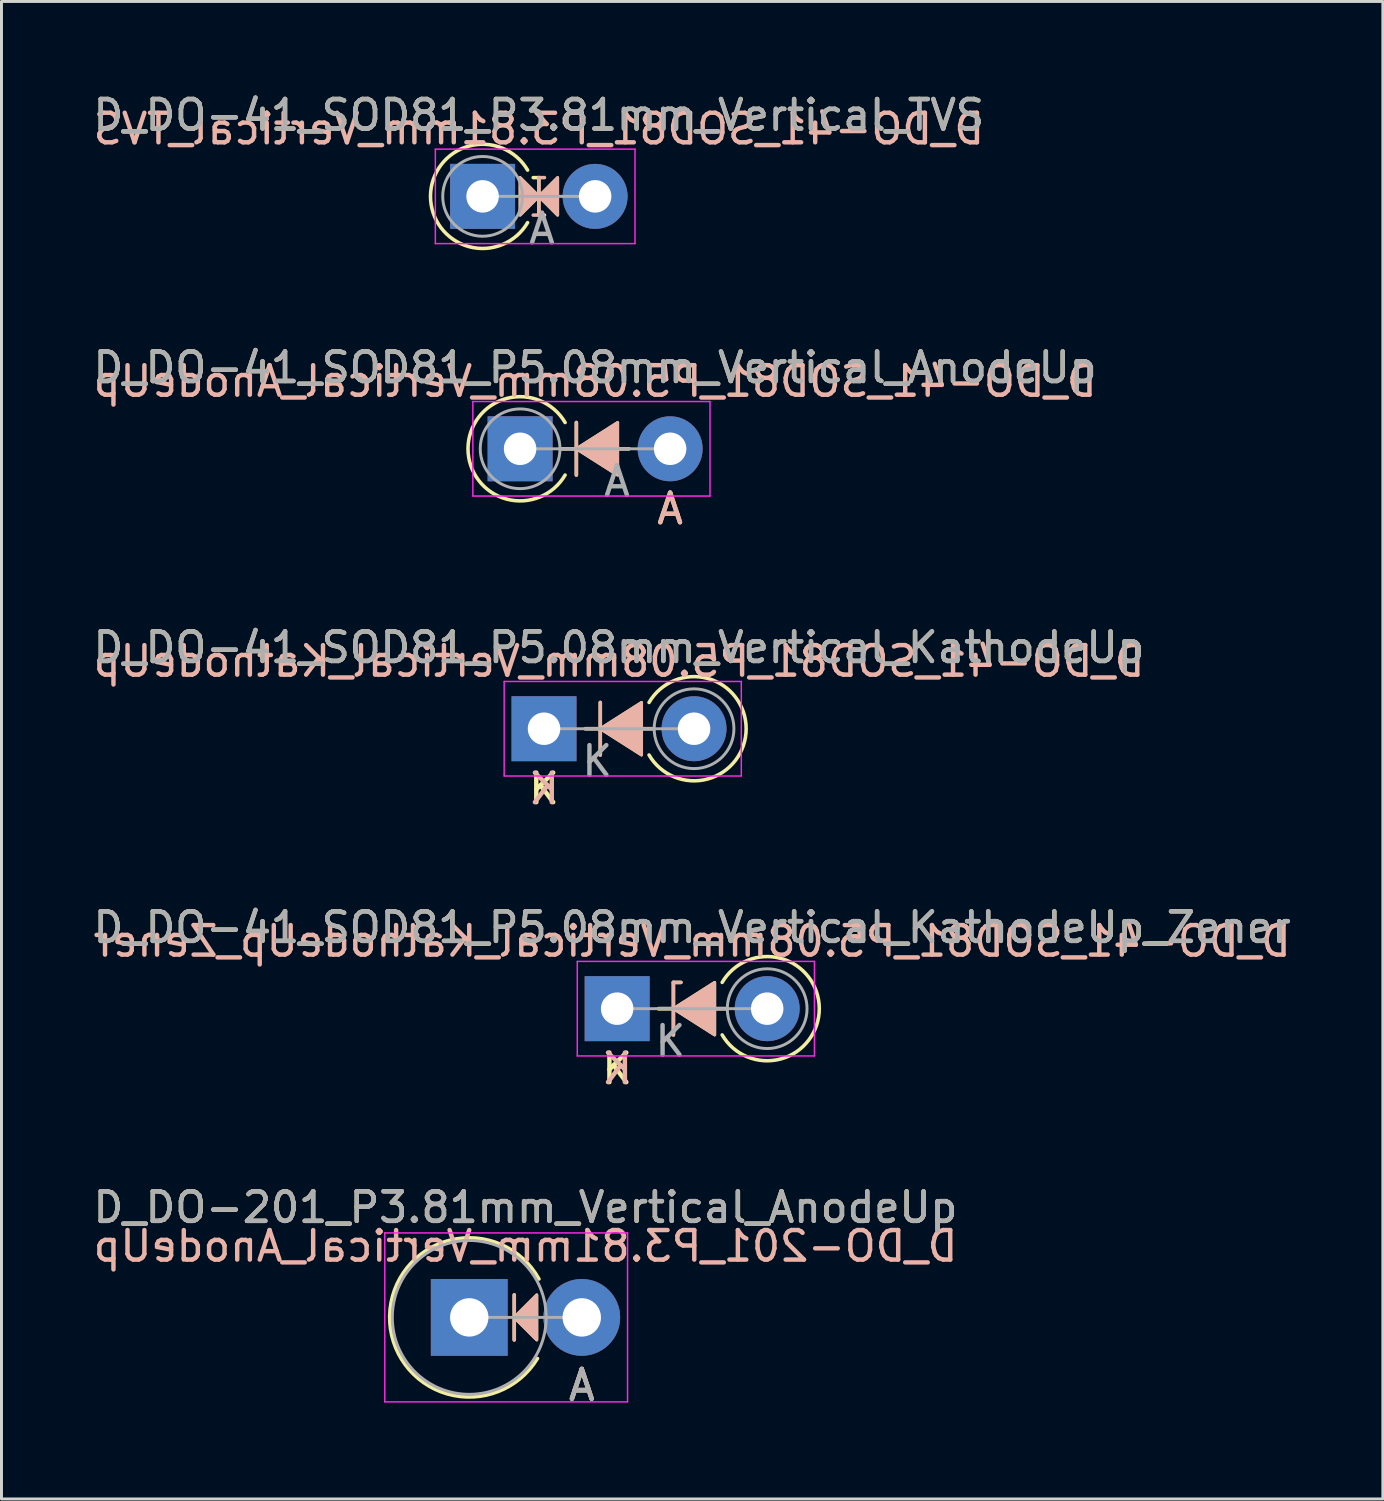
<source format=kicad_pcb>
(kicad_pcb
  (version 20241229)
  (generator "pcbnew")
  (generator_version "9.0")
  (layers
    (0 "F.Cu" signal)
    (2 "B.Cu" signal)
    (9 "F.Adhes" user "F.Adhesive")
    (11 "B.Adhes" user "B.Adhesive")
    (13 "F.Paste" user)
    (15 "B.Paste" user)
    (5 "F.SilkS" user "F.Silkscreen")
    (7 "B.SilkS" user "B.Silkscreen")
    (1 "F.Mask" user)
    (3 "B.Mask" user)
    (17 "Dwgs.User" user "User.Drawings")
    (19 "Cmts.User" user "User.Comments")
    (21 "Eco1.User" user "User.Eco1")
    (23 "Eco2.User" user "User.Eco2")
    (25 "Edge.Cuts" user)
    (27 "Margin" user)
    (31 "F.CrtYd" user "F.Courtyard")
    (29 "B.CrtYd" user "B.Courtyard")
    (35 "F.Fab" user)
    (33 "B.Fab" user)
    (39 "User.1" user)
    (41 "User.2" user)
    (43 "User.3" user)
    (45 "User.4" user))
  (footprint "D_DO-41_SOD81_P3.81mm_Vertical_TVS"
    (layer "F.Cu")
    (at 13.291 3.599)
    (property "Reference" "D_DO-41_SOD81_P3.81mm_Vertical_TVS" (at 1.905 -2.751 0) (layer "F.SilkS") (effects (font (size 1 1) (thickness 0.15))))
    (fp_line (start 1.714 -0.635) (end 1.905 -0.635) (stroke (width 0.12) (type solid)) (layer "F.SilkS"))
    (fp_line (start 1.905 -0.635) (end 1.905 0.635) (stroke (width 0.12) (type solid)) (layer "F.SilkS"))
    (fp_line (start 1.905 0.635) (end 2.095 0.635) (stroke (width 0.12) (type solid)) (layer "F.SilkS"))
    (fp_arc (start 1.523999 0.889) (mid -1.76434 0) (end 1.523999 -0.888999) (stroke (width 0.12) (type solid)) (layer "F.SilkS"))
    (fp_poly (pts (xy 1.27 -0.635) (xy 1.905 0) (xy 1.27 0.635)) (stroke (width 0.1) (type solid)) (fill yes) (layer "F.SilkS"))
    (fp_poly (pts (xy 2.54 0.635) (xy 1.905 0) (xy 2.54 -0.635)) (stroke (width 0.1) (type solid)) (fill yes) (layer "F.SilkS"))
    (fp_line (start 1.714 0.635) (end 1.905 0.635) (stroke (width 0.12) (type solid)) (layer "B.SilkS"))
    (fp_line (start 1.905 -0.635) (end 2.095 -0.635) (stroke (width 0.12) (type solid)) (layer "B.SilkS"))
    (fp_line (start 1.905 0.635) (end 1.905 -0.635) (stroke (width 0.12) (type solid)) (layer "B.SilkS"))
    (fp_poly (pts (xy 1.27 0.635) (xy 1.905 0) (xy 1.27 -0.635)) (stroke (width 0.1) (type solid)) (fill yes) (layer "B.SilkS"))
    (fp_poly (pts (xy 2.54 -0.635) (xy 1.905 0) (xy 2.54 0.635)) (stroke (width 0.1) (type solid)) (fill yes) (layer "B.SilkS"))
    (fp_line (start -1.6 -1.6) (end -1.6 1.6) (stroke (width 0.05) (type solid)) (layer "F.CrtYd"))
    (fp_line (start -1.6 1.6) (end 5.16 1.6) (stroke (width 0.05) (type solid)) (layer "F.CrtYd"))
    (fp_line (start 5.16 -1.6) (end -1.6 -1.6) (stroke (width 0.05) (type solid)) (layer "F.CrtYd"))
    (fp_line (start 5.16 1.6) (end 5.16 -1.6) (stroke (width 0.05) (type solid)) (layer "F.CrtYd"))
    (fp_line (start 0 0) (end 3.81 0) (stroke (width 0.1) (type solid)) (layer "F.Fab"))
    (fp_circle (center 0 0) (end 1.35 0) (stroke (width 0.1) (type solid)) (fill no) (layer "F.Fab"))
    (fp_text user "${REFERENCE}" (at 1.905 -2.286 0) (layer "B.SilkS") (effects (font (size 1 1) (thickness 0.15)) (justify mirror)))
    (fp_text user "${REFERENCE}" (at 1.905 -2.751 0) (layer "F.Fab") (effects (font (size 1 1) (thickness 0.15))))
    (fp_text user "A" (at 2.01 1.1 0) (layer "F.Fab") (effects (font (size 1 1) (thickness 0.15))))
    (pad "1" thru_hole rect (at 0 0) (size 2.2 2.2) (drill 1.1) (layers "*.Cu" "*.Mask"))
    (pad "2" thru_hole oval (at 3.81 0) (size 2.2 2.2) (drill 1.1) (layers "*.Cu" "*.Mask")))
  (footprint "D_DO-201_P3.81mm_Vertical_AnodeUp"
    (layer "F.Cu")
    (at 12.839 41.558)
    (property "Reference" "D_DO-201_P3.81mm_Vertical_AnodeUp" (at 1.905 -3.725 0) (layer "F.SilkS") (effects (font (size 1 1) (thickness 0.15))))
    (fp_line (start 1.524 -0.762) (end 1.524 0.762) (stroke (width 0.12) (type solid)) (layer "F.SilkS"))
    (fp_arc (start 2.30942 1.390181) (mid -2.695054 -0.052035) (end 2.361361 -1.3) (stroke (width 0.12) (type solid)) (layer "F.SilkS"))
    (fp_poly (pts (xy 2.286 0.762) (xy 1.524 0) (xy 2.286 -0.762)) (stroke (width 0.1) (type solid)) (fill yes) (layer "F.SilkS"))
    (fp_line (start 1.524 0.762) (end 1.524 -0.762) (stroke (width 0.12) (type solid)) (layer "B.SilkS"))
    (fp_poly (pts (xy 2.286 -0.762) (xy 1.524 0) (xy 2.286 0.762)) (stroke (width 0.1) (type solid)) (fill yes) (layer "B.SilkS"))
    (fp_line (start -2.86 -2.86) (end -2.86 2.86) (stroke (width 0.05) (type solid)) (layer "F.CrtYd"))
    (fp_line (start -2.86 2.86) (end 5.36 2.86) (stroke (width 0.05) (type solid)) (layer "F.CrtYd"))
    (fp_line (start 5.36 -2.86) (end -2.86 -2.86) (stroke (width 0.05) (type solid)) (layer "F.CrtYd"))
    (fp_line (start 5.36 2.86) (end 5.36 -2.86) (stroke (width 0.05) (type solid)) (layer "F.CrtYd"))
    (fp_line (start 0 0) (end 3.81 0) (stroke (width 0.1) (type solid)) (layer "F.Fab"))
    (fp_circle (center 0 0) (end 2.605 0) (stroke (width 0.1) (type solid)) (fill no) (layer "F.Fab"))
    (fp_text user "A" (at 3.81 2.3 0) (layer "F.SilkS") (effects (font (size 1 1) (thickness 0.15))))
    (fp_text user "${REFERENCE}" (at 1.905 -2.413 0) (layer "B.SilkS") (effects (font (size 1 1) (thickness 0.15)) (justify mirror)))
    (fp_text user "A" (at 3.81 2.286 0) (layer "B.SilkS") (effects (font (size 1 1) (thickness 0.15)) (justify mirror)))
    (fp_text user "A" (at 3.81 2.3 0) (layer "F.Fab") (effects (font (size 1 1) (thickness 0.15))))
    (fp_text user "${REFERENCE}" (at 1.905 -3.725 0) (layer "F.Fab") (effects (font (size 1 1) (thickness 0.15))))
    (pad "1" thru_hole rect (at 0 0) (size 2.6 2.6) (drill 1.3) (layers "*.Cu" "*.Mask"))
    (pad "2" thru_hole oval (at 3.81 0) (size 2.6 2.6) (drill 1.3) (layers "*.Cu" "*.Mask")))
  (footprint "D_DO-41_SOD81_P5.08mm_Vertical_KathodeUp_Zener"
    (layer "F.Cu")
    (at 17.847 31.104)
    (property "Reference" "D_DO-41_SOD81_P5.08mm_Vertical_KathodeUp_Zener" (at 2.54 -2.751 0) (layer "F.SilkS") (effects (font (size 1 1) (thickness 0.15))))
    (fp_line (start 1.905 -0.889) (end 1.905 0.889) (stroke (width 0.12) (type solid)) (layer "F.SilkS"))
    (fp_line (start 1.905 -0.889) (end 2.159 -0.889) (stroke (width 0.12) (type solid)) (layer "F.SilkS"))
    (fp_line (start 3.683 0) (end 1.397 0) (stroke (width 0.12) (type solid)) (layer "F.SilkS"))
    (fp_arc (start 3.556 -0.888999) (mid 6.844339 0.000001) (end 3.556 0.889) (stroke (width 0.12) (type solid)) (layer "F.SilkS"))
    (fp_poly (pts (xy 3.302 0.889) (xy 1.905 0) (xy 3.302 -0.889)) (stroke (width 0.1) (type solid)) (fill yes) (layer "F.SilkS"))
    (fp_line (start 1.905 -0.889) (end 2.159 -0.889) (stroke (width 0.12) (type solid)) (layer "B.SilkS"))
    (fp_line (start 1.905 0.889) (end 1.905 -0.889) (stroke (width 0.12) (type solid)) (layer "B.SilkS"))
    (fp_line (start 3.683 0) (end 1.397 0) (stroke (width 0.12) (type solid)) (layer "B.SilkS"))
    (fp_poly (pts (xy 3.302 -0.889) (xy 1.905 0) (xy 3.302 0.889)) (stroke (width 0.1) (type solid)) (fill yes) (layer "B.SilkS"))
    (fp_line (start -1.35 -1.6) (end -1.35 1.6) (stroke (width 0.05) (type solid)) (layer "F.CrtYd"))
    (fp_line (start -1.35 1.6) (end 6.68 1.6) (stroke (width 0.05) (type solid)) (layer "F.CrtYd"))
    (fp_line (start 6.68 -1.6) (end -1.35 -1.6) (stroke (width 0.05) (type solid)) (layer "F.CrtYd"))
    (fp_line (start 6.68 1.6) (end 6.68 -1.6) (stroke (width 0.05) (type solid)) (layer "F.CrtYd"))
    (fp_line (start 0 0) (end 5.08 0) (stroke (width 0.1) (type solid)) (layer "F.Fab"))
    (fp_circle (center 5.08 0) (end 6.43 0) (stroke (width 0.1) (type solid)) (fill no) (layer "F.Fab"))
    (fp_text user "K" (at 0 2.032 0) (layer "F.SilkS") (effects (font (size 1 1) (thickness 0.15))))
    (fp_text user "${REFERENCE}" (at 2.54 -2.286 0) (layer "B.SilkS") (effects (font (size 1 1) (thickness 0.15)) (justify mirror)))
    (fp_text user "K" (at 0 2.032 0) (layer "B.SilkS") (effects (font (size 1 1) (thickness 0.15)) (justify mirror)))
    (fp_text user "K" (at 1.8 1.1 0) (layer "F.Fab") (effects (font (size 1 1) (thickness 0.15))))
    (fp_text user "${REFERENCE}" (at 2.54 -2.751 0) (layer "F.Fab") (effects (font (size 1 1) (thickness 0.15))))
    (pad "1" thru_hole rect (at 0 0) (size 2.2 2.2) (drill 1.1) (layers "*.Cu" "*.Mask"))
    (pad "2" thru_hole oval (at 5.08 0) (size 2.2 2.2) (drill 1.1) (layers "*.Cu" "*.Mask")))
  (footprint "D_DO-41_SOD81_P5.08mm_Vertical_KathodeUp"
    (layer "F.Cu")
    (at 15.371 21.625)
    (property "Reference" "D_DO-41_SOD81_P5.08mm_Vertical_KathodeUp" (at 2.54 -2.751 0) (layer "F.SilkS") (effects (font (size 1 1) (thickness 0.15))))
    (fp_line (start 1.905 -0.889) (end 1.905 0.889) (stroke (width 0.12) (type solid)) (layer "F.SilkS"))
    (fp_line (start 3.683 0) (end 1.397 0) (stroke (width 0.12) (type solid)) (layer "F.SilkS"))
    (fp_arc (start 3.556 -0.888999) (mid 6.844339 0.000001) (end 3.556 0.889) (stroke (width 0.12) (type solid)) (layer "F.SilkS"))
    (fp_poly (pts (xy 3.302 0.889) (xy 1.905 0) (xy 3.302 -0.889)) (stroke (width 0.1) (type solid)) (fill yes) (layer "F.SilkS"))
    (fp_line (start 1.905 0.889) (end 1.905 -0.889) (stroke (width 0.12) (type solid)) (layer "B.SilkS"))
    (fp_line (start 3.683 0) (end 1.397 0) (stroke (width 0.12) (type solid)) (layer "B.SilkS"))
    (fp_poly (pts (xy 3.302 -0.889) (xy 1.905 0) (xy 3.302 0.889)) (stroke (width 0.1) (type solid)) (fill yes) (layer "B.SilkS"))
    (fp_line (start -1.35 -1.6) (end -1.35 1.6) (stroke (width 0.05) (type solid)) (layer "F.CrtYd"))
    (fp_line (start -1.35 1.6) (end 6.68 1.6) (stroke (width 0.05) (type solid)) (layer "F.CrtYd"))
    (fp_line (start 6.68 -1.6) (end -1.35 -1.6) (stroke (width 0.05) (type solid)) (layer "F.CrtYd"))
    (fp_line (start 6.68 1.6) (end 6.68 -1.6) (stroke (width 0.05) (type solid)) (layer "F.CrtYd"))
    (fp_line (start 0 0) (end 5.08 0) (stroke (width 0.1) (type solid)) (layer "F.Fab"))
    (fp_circle (center 5.08 0) (end 6.43 0) (stroke (width 0.1) (type solid)) (fill no) (layer "F.Fab"))
    (fp_text user "K" (at 0 2.032 0) (layer "F.SilkS") (effects (font (size 1 1) (thickness 0.15))))
    (fp_text user "${REFERENCE}" (at 2.54 -2.286 0) (layer "B.SilkS") (effects (font (size 1 1) (thickness 0.15)) (justify mirror)))
    (fp_text user "K" (at 0 2.032 0) (layer "B.SilkS") (effects (font (size 1 1) (thickness 0.15)) (justify mirror)))
    (fp_text user "K" (at 1.8 1.1 0) (layer "F.Fab") (effects (font (size 1 1) (thickness 0.15))))
    (fp_text user "${REFERENCE}" (at 2.54 -2.751 0) (layer "F.Fab") (effects (font (size 1 1) (thickness 0.15))))
    (pad "1" thru_hole rect (at 0 0) (size 2.2 2.2) (drill 1.1) (layers "*.Cu" "*.Mask"))
    (pad "2" thru_hole oval (at 5.08 0) (size 2.2 2.2) (drill 1.1) (layers "*.Cu" "*.Mask")))
  (footprint "D_DO-41_SOD81_P5.08mm_Vertical_AnodeUp"
    (layer "F.Cu")
    (at 14.561 12.146)
    (property "Reference" "D_DO-41_SOD81_P5.08mm_Vertical_AnodeUp" (at 2.54 -2.751 0) (layer "F.SilkS") (effects (font (size 1 1) (thickness 0.15))))
    (fp_line (start 1.905 -0.889) (end 1.905 0.889) (stroke (width 0.12) (type solid)) (layer "F.SilkS"))
    (fp_line (start 3.683 0) (end 1.397 0) (stroke (width 0.12) (type solid)) (layer "F.SilkS"))
    (fp_arc (start 1.523999 0.889) (mid -1.76434 0) (end 1.523999 -0.888999) (stroke (width 0.12) (type solid)) (layer "F.SilkS"))
    (fp_poly (pts (xy 3.302 0.889) (xy 1.905 0) (xy 3.302 -0.889)) (stroke (width 0.1) (type solid)) (fill yes) (layer "F.SilkS"))
    (fp_line (start 1.905 0.889) (end 1.905 -0.889) (stroke (width 0.12) (type solid)) (layer "B.SilkS"))
    (fp_line (start 3.683 0) (end 1.397 0) (stroke (width 0.12) (type solid)) (layer "B.SilkS"))
    (fp_poly (pts (xy 3.302 -0.889) (xy 1.905 0) (xy 3.302 0.889)) (stroke (width 0.1) (type solid)) (fill yes) (layer "B.SilkS"))
    (fp_line (start -1.6 -1.6) (end -1.6 1.6) (stroke (width 0.05) (type solid)) (layer "F.CrtYd"))
    (fp_line (start -1.6 1.6) (end 6.43 1.6) (stroke (width 0.05) (type solid)) (layer "F.CrtYd"))
    (fp_line (start 6.43 -1.6) (end -1.6 -1.6) (stroke (width 0.05) (type solid)) (layer "F.CrtYd"))
    (fp_line (start 6.43 1.6) (end 6.43 -1.6) (stroke (width 0.05) (type solid)) (layer "F.CrtYd"))
    (fp_line (start 0 0) (end 5.08 0) (stroke (width 0.1) (type solid)) (layer "F.Fab"))
    (fp_circle (center 0 0) (end 1.35 0) (stroke (width 0.1) (type solid)) (fill no) (layer "F.Fab"))
    (fp_text user "A" (at 5.08 2.032 0) (layer "F.SilkS") (effects (font (size 1 1) (thickness 0.15))))
    (fp_text user "A" (at 5.08 2.032 0) (layer "B.SilkS") (effects (font (size 1 1) (thickness 0.15)) (justify mirror)))
    (fp_text user "${REFERENCE}" (at 2.54 -2.286 0) (layer "B.SilkS") (effects (font (size 1 1) (thickness 0.15)) (justify mirror)))
    (fp_text user "A" (at 3.28 1.1 0) (layer "F.Fab") (effects (font (size 1 1) (thickness 0.15))))
    (fp_text user "${REFERENCE}" (at 2.54 -2.751 0) (layer "F.Fab") (effects (font (size 1 1) (thickness 0.15))))
    (pad "1" thru_hole rect (at 0 0) (size 2.2 2.2) (drill 1.1) (layers "*.Cu" "*.Mask"))
    (pad "2" thru_hole oval (at 5.08 0) (size 2.2 2.2) (drill 1.1) (layers "*.Cu" "*.Mask")))
  (gr_rect
    (start -3 -3)
    (end 43.774 47.706)
    (stroke (width 0.1) (type default))
    (fill no)
    (layer "Edge.Cuts")))
</source>
